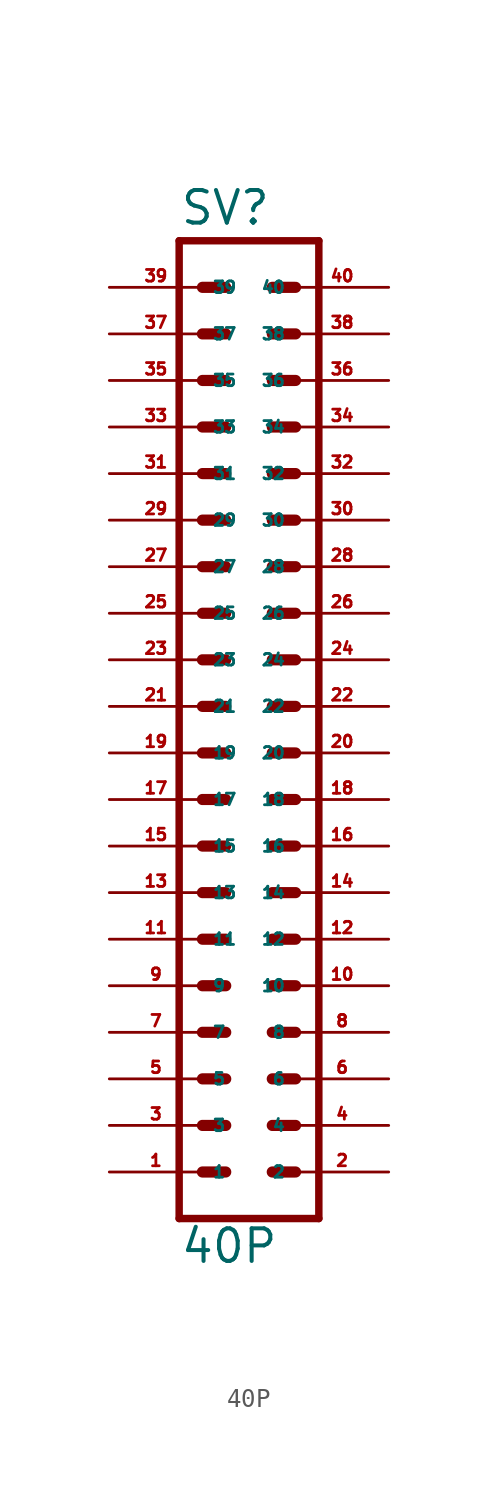
<source format=kicad_sym>
(kicad_symbol_lib
  (version 20220914)
  (generator Eagle2Kicad)
  (symbol "40P"
    (property "Reference" "SV"
      (at -3.81 28.702 0)
      (effects (font (size 1.778 1.778) (thickness 0.22)) (justify left bottom)))
    (property "Value" "40P"
      (at -3.81 -27.94 0)
      (effects (font (size 1.778 1.778) (thickness 0.22)) (justify left bottom)))
    (polyline
      (pts (xy 3.81 -25.4) (xy -3.81 -25.4))
      (stroke (width 0.406) (type default))
      (fill (type none)))
    (polyline
      (pts (xy -3.81 27.94) (xy -3.81 -25.4))
      (stroke (width 0.406) (type default))
      (fill (type none)))
    (polyline
      (pts (xy -3.81 27.94) (xy 3.81 27.94))
      (stroke (width 0.406) (type default))
      (fill (type none)))
    (polyline
      (pts (xy 3.81 -25.4) (xy 3.81 27.94))
      (stroke (width 0.406) (type default))
      (fill (type none)))
    (polyline
      (pts (xy -2.54 -22.86) (xy -1.27 -22.86))
      (stroke (width 0.61) (type default))
      (fill (type none)))
    (polyline
      (pts (xy -2.54 -20.32) (xy -1.27 -20.32))
      (stroke (width 0.61) (type default))
      (fill (type none)))
    (polyline
      (pts (xy -2.54 -17.78) (xy -1.27 -17.78))
      (stroke (width 0.61) (type default))
      (fill (type none)))
    (polyline
      (pts (xy -2.54 -15.24) (xy -1.27 -15.24))
      (stroke (width 0.61) (type default))
      (fill (type none)))
    (polyline
      (pts (xy -2.54 -12.7) (xy -1.27 -12.7))
      (stroke (width 0.61) (type default))
      (fill (type none)))
    (polyline
      (pts (xy -2.54 -10.16) (xy -1.27 -10.16))
      (stroke (width 0.61) (type default))
      (fill (type none)))
    (polyline
      (pts (xy -2.54 -7.62) (xy -1.27 -7.62))
      (stroke (width 0.61) (type default))
      (fill (type none)))
    (polyline
      (pts (xy -2.54 -5.08) (xy -1.27 -5.08))
      (stroke (width 0.61) (type default))
      (fill (type none)))
    (polyline
      (pts (xy -2.54 -2.54) (xy -1.27 -2.54))
      (stroke (width 0.61) (type default))
      (fill (type none)))
    (polyline
      (pts (xy -2.54 0) (xy -1.27 0))
      (stroke (width 0.61) (type default))
      (fill (type none)))
    (polyline
      (pts (xy -2.54 2.54) (xy -1.27 2.54))
      (stroke (width 0.61) (type default))
      (fill (type none)))
    (polyline
      (pts (xy -2.54 5.08) (xy -1.27 5.08))
      (stroke (width 0.61) (type default))
      (fill (type none)))
    (polyline
      (pts (xy -2.54 7.62) (xy -1.27 7.62))
      (stroke (width 0.61) (type default))
      (fill (type none)))
    (polyline
      (pts (xy -2.54 10.16) (xy -1.27 10.16))
      (stroke (width 0.61) (type default))
      (fill (type none)))
    (polyline
      (pts (xy -2.54 12.7) (xy -1.27 12.7))
      (stroke (width 0.61) (type default))
      (fill (type none)))
    (polyline
      (pts (xy -2.54 15.24) (xy -1.27 15.24))
      (stroke (width 0.61) (type default))
      (fill (type none)))
    (polyline
      (pts (xy 2.54 -22.86) (xy 1.27 -22.86))
      (stroke (width 0.61) (type default))
      (fill (type none)))
    (polyline
      (pts (xy 2.54 -20.32) (xy 1.27 -20.32))
      (stroke (width 0.61) (type default))
      (fill (type none)))
    (polyline
      (pts (xy 2.54 -17.78) (xy 1.27 -17.78))
      (stroke (width 0.61) (type default))
      (fill (type none)))
    (polyline
      (pts (xy 2.54 -15.24) (xy 1.27 -15.24))
      (stroke (width 0.61) (type default))
      (fill (type none)))
    (polyline
      (pts (xy 2.54 -12.7) (xy 1.27 -12.7))
      (stroke (width 0.61) (type default))
      (fill (type none)))
    (polyline
      (pts (xy 2.54 -10.16) (xy 1.27 -10.16))
      (stroke (width 0.61) (type default))
      (fill (type none)))
    (polyline
      (pts (xy 2.54 -7.62) (xy 1.27 -7.62))
      (stroke (width 0.61) (type default))
      (fill (type none)))
    (polyline
      (pts (xy 2.54 -5.08) (xy 1.27 -5.08))
      (stroke (width 0.61) (type default))
      (fill (type none)))
    (polyline
      (pts (xy 2.54 -2.54) (xy 1.27 -2.54))
      (stroke (width 0.61) (type default))
      (fill (type none)))
    (polyline
      (pts (xy 2.54 0) (xy 1.27 0))
      (stroke (width 0.61) (type default))
      (fill (type none)))
    (polyline
      (pts (xy 2.54 2.54) (xy 1.27 2.54))
      (stroke (width 0.61) (type default))
      (fill (type none)))
    (polyline
      (pts (xy 2.54 5.08) (xy 1.27 5.08))
      (stroke (width 0.61) (type default))
      (fill (type none)))
    (polyline
      (pts (xy 2.54 7.62) (xy 1.27 7.62))
      (stroke (width 0.61) (type default))
      (fill (type none)))
    (polyline
      (pts (xy 2.54 10.16) (xy 1.27 10.16))
      (stroke (width 0.61) (type default))
      (fill (type none)))
    (polyline
      (pts (xy 2.54 12.7) (xy 1.27 12.7))
      (stroke (width 0.61) (type default))
      (fill (type none)))
    (polyline
      (pts (xy 2.54 15.24) (xy 1.27 15.24))
      (stroke (width 0.61) (type default))
      (fill (type none)))
    (polyline
      (pts (xy 2.54 17.78) (xy 1.27 17.78))
      (stroke (width 0.61) (type default))
      (fill (type none)))
    (polyline
      (pts (xy 2.54 20.32) (xy 1.27 20.32))
      (stroke (width 0.61) (type default))
      (fill (type none)))
    (polyline
      (pts (xy 2.54 22.86) (xy 1.27 22.86))
      (stroke (width 0.61) (type default))
      (fill (type none)))
    (polyline
      (pts (xy 2.54 25.4) (xy 1.27 25.4))
      (stroke (width 0.61) (type default))
      (fill (type none)))
    (polyline
      (pts (xy -2.54 17.78) (xy -1.27 17.78))
      (stroke (width 0.61) (type default))
      (fill (type none)))
    (polyline
      (pts (xy -2.54 20.32) (xy -1.27 20.32))
      (stroke (width 0.61) (type default))
      (fill (type none)))
    (polyline
      (pts (xy -2.54 22.86) (xy -1.27 22.86))
      (stroke (width 0.61) (type default))
      (fill (type none)))
    (polyline
      (pts (xy -2.54 25.4) (xy -1.27 25.4))
      (stroke (width 0.61) (type default))
      (fill (type none)))
    (pin passive line
      (at -7.62 15.24 0)
      (length 5.08)
      (name "31" (effects (font (size 0.635 0.635) (thickness 0.08)) (justify left bottom)))
      (number "31" (effects (font (size 0.635 0.635) (thickness 0.08)) (justify left bottom))))
    (pin passive line
      (at -7.62 12.7 0)
      (length 5.08)
      (name "29" (effects (font (size 0.635 0.635) (thickness 0.08)) (justify left bottom)))
      (number "29" (effects (font (size 0.635 0.635) (thickness 0.08)) (justify left bottom))))
    (pin passive line
      (at -7.62 10.16 0)
      (length 5.08)
      (name "27" (effects (font (size 0.635 0.635) (thickness 0.08)) (justify left bottom)))
      (number "27" (effects (font (size 0.635 0.635) (thickness 0.08)) (justify left bottom))))
    (pin passive line
      (at -7.62 7.62 0)
      (length 5.08)
      (name "25" (effects (font (size 0.635 0.635) (thickness 0.08)) (justify left bottom)))
      (number "25" (effects (font (size 0.635 0.635) (thickness 0.08)) (justify left bottom))))
    (pin passive line
      (at -7.62 5.08 0)
      (length 5.08)
      (name "23" (effects (font (size 0.635 0.635) (thickness 0.08)) (justify left bottom)))
      (number "23" (effects (font (size 0.635 0.635) (thickness 0.08)) (justify left bottom))))
    (pin passive line
      (at -7.62 2.54 0)
      (length 5.08)
      (name "21" (effects (font (size 0.635 0.635) (thickness 0.08)) (justify left bottom)))
      (number "21" (effects (font (size 0.635 0.635) (thickness 0.08)) (justify left bottom))))
    (pin passive line
      (at -7.62 0 0)
      (length 5.08)
      (name "19" (effects (font (size 0.635 0.635) (thickness 0.08)) (justify left bottom)))
      (number "19" (effects (font (size 0.635 0.635) (thickness 0.08)) (justify left bottom))))
    (pin passive line
      (at -7.62 -2.54 0)
      (length 5.08)
      (name "17" (effects (font (size 0.635 0.635) (thickness 0.08)) (justify left bottom)))
      (number "17" (effects (font (size 0.635 0.635) (thickness 0.08)) (justify left bottom))))
    (pin passive line
      (at -7.62 -5.08 0)
      (length 5.08)
      (name "15" (effects (font (size 0.635 0.635) (thickness 0.08)) (justify left bottom)))
      (number "15" (effects (font (size 0.635 0.635) (thickness 0.08)) (justify left bottom))))
    (pin passive line
      (at -7.62 -7.62 0)
      (length 5.08)
      (name "13" (effects (font (size 0.635 0.635) (thickness 0.08)) (justify left bottom)))
      (number "13" (effects (font (size 0.635 0.635) (thickness 0.08)) (justify left bottom))))
    (pin passive line
      (at -7.62 -10.16 0)
      (length 5.08)
      (name "11" (effects (font (size 0.635 0.635) (thickness 0.08)) (justify left bottom)))
      (number "11" (effects (font (size 0.635 0.635) (thickness 0.08)) (justify left bottom))))
    (pin passive line
      (at -7.62 -12.7 0)
      (length 5.08)
      (name "9" (effects (font (size 0.635 0.635) (thickness 0.08)) (justify left bottom)))
      (number "9" (effects (font (size 0.635 0.635) (thickness 0.08)) (justify left bottom))))
    (pin passive line
      (at -7.62 -15.24 0)
      (length 5.08)
      (name "7" (effects (font (size 0.635 0.635) (thickness 0.08)) (justify left bottom)))
      (number "7" (effects (font (size 0.635 0.635) (thickness 0.08)) (justify left bottom))))
    (pin passive line
      (at -7.62 -17.78 0)
      (length 5.08)
      (name "5" (effects (font (size 0.635 0.635) (thickness 0.08)) (justify left bottom)))
      (number "5" (effects (font (size 0.635 0.635) (thickness 0.08)) (justify left bottom))))
    (pin passive line
      (at -7.62 -20.32 0)
      (length 5.08)
      (name "3" (effects (font (size 0.635 0.635) (thickness 0.08)) (justify left bottom)))
      (number "3" (effects (font (size 0.635 0.635) (thickness 0.08)) (justify left bottom))))
    (pin passive line
      (at -7.62 -22.86 0)
      (length 5.08)
      (name "1" (effects (font (size 0.635 0.635) (thickness 0.08)) (justify left bottom)))
      (number "1" (effects (font (size 0.635 0.635) (thickness 0.08)) (justify left bottom))))
    (pin passive line
      (at 7.62 15.24 180)
      (length 5.08)
      (name "32" (effects (font (size 0.635 0.635) (thickness 0.08)) (justify left bottom)))
      (number "32" (effects (font (size 0.635 0.635) (thickness 0.08)) (justify left bottom))))
    (pin passive line
      (at 7.62 12.7 180)
      (length 5.08)
      (name "30" (effects (font (size 0.635 0.635) (thickness 0.08)) (justify left bottom)))
      (number "30" (effects (font (size 0.635 0.635) (thickness 0.08)) (justify left bottom))))
    (pin passive line
      (at 7.62 10.16 180)
      (length 5.08)
      (name "28" (effects (font (size 0.635 0.635) (thickness 0.08)) (justify left bottom)))
      (number "28" (effects (font (size 0.635 0.635) (thickness 0.08)) (justify left bottom))))
    (pin passive line
      (at 7.62 7.62 180)
      (length 5.08)
      (name "26" (effects (font (size 0.635 0.635) (thickness 0.08)) (justify left bottom)))
      (number "26" (effects (font (size 0.635 0.635) (thickness 0.08)) (justify left bottom))))
    (pin passive line
      (at 7.62 5.08 180)
      (length 5.08)
      (name "24" (effects (font (size 0.635 0.635) (thickness 0.08)) (justify left bottom)))
      (number "24" (effects (font (size 0.635 0.635) (thickness 0.08)) (justify left bottom))))
    (pin passive line
      (at 7.62 2.54 180)
      (length 5.08)
      (name "22" (effects (font (size 0.635 0.635) (thickness 0.08)) (justify left bottom)))
      (number "22" (effects (font (size 0.635 0.635) (thickness 0.08)) (justify left bottom))))
    (pin passive line
      (at 7.62 0 180)
      (length 5.08)
      (name "20" (effects (font (size 0.635 0.635) (thickness 0.08)) (justify left bottom)))
      (number "20" (effects (font (size 0.635 0.635) (thickness 0.08)) (justify left bottom))))
    (pin passive line
      (at 7.62 -2.54 180)
      (length 5.08)
      (name "18" (effects (font (size 0.635 0.635) (thickness 0.08)) (justify left bottom)))
      (number "18" (effects (font (size 0.635 0.635) (thickness 0.08)) (justify left bottom))))
    (pin passive line
      (at 7.62 -5.08 180)
      (length 5.08)
      (name "16" (effects (font (size 0.635 0.635) (thickness 0.08)) (justify left bottom)))
      (number "16" (effects (font (size 0.635 0.635) (thickness 0.08)) (justify left bottom))))
    (pin passive line
      (at 7.62 -7.62 180)
      (length 5.08)
      (name "14" (effects (font (size 0.635 0.635) (thickness 0.08)) (justify left bottom)))
      (number "14" (effects (font (size 0.635 0.635) (thickness 0.08)) (justify left bottom))))
    (pin passive line
      (at 7.62 -10.16 180)
      (length 5.08)
      (name "12" (effects (font (size 0.635 0.635) (thickness 0.08)) (justify left bottom)))
      (number "12" (effects (font (size 0.635 0.635) (thickness 0.08)) (justify left bottom))))
    (pin passive line
      (at 7.62 -12.7 180)
      (length 5.08)
      (name "10" (effects (font (size 0.635 0.635) (thickness 0.08)) (justify left bottom)))
      (number "10" (effects (font (size 0.635 0.635) (thickness 0.08)) (justify left bottom))))
    (pin passive line
      (at 7.62 -15.24 180)
      (length 5.08)
      (name "8" (effects (font (size 0.635 0.635) (thickness 0.08)) (justify left bottom)))
      (number "8" (effects (font (size 0.635 0.635) (thickness 0.08)) (justify left bottom))))
    (pin passive line
      (at 7.62 -17.78 180)
      (length 5.08)
      (name "6" (effects (font (size 0.635 0.635) (thickness 0.08)) (justify left bottom)))
      (number "6" (effects (font (size 0.635 0.635) (thickness 0.08)) (justify left bottom))))
    (pin passive line
      (at 7.62 -20.32 180)
      (length 5.08)
      (name "4" (effects (font (size 0.635 0.635) (thickness 0.08)) (justify left bottom)))
      (number "4" (effects (font (size 0.635 0.635) (thickness 0.08)) (justify left bottom))))
    (pin passive line
      (at 7.62 -22.86 180)
      (length 5.08)
      (name "2" (effects (font (size 0.635 0.635) (thickness 0.08)) (justify left bottom)))
      (number "2" (effects (font (size 0.635 0.635) (thickness 0.08)) (justify left bottom))))
    (pin passive line
      (at -7.62 17.78 0)
      (length 5.08)
      (name "33" (effects (font (size 0.635 0.635) (thickness 0.08)) (justify left bottom)))
      (number "33" (effects (font (size 0.635 0.635) (thickness 0.08)) (justify left bottom))))
    (pin passive line
      (at -7.62 20.32 0)
      (length 5.08)
      (name "35" (effects (font (size 0.635 0.635) (thickness 0.08)) (justify left bottom)))
      (number "35" (effects (font (size 0.635 0.635) (thickness 0.08)) (justify left bottom))))
    (pin passive line
      (at -7.62 22.86 0)
      (length 5.08)
      (name "37" (effects (font (size 0.635 0.635) (thickness 0.08)) (justify left bottom)))
      (number "37" (effects (font (size 0.635 0.635) (thickness 0.08)) (justify left bottom))))
    (pin passive line
      (at -7.62 25.4 0)
      (length 5.08)
      (name "39" (effects (font (size 0.635 0.635) (thickness 0.08)) (justify left bottom)))
      (number "39" (effects (font (size 0.635 0.635) (thickness 0.08)) (justify left bottom))))
    (pin passive line
      (at 7.62 17.78 180)
      (length 5.08)
      (name "34" (effects (font (size 0.635 0.635) (thickness 0.08)) (justify left bottom)))
      (number "34" (effects (font (size 0.635 0.635) (thickness 0.08)) (justify left bottom))))
    (pin passive line
      (at 7.62 20.32 180)
      (length 5.08)
      (name "36" (effects (font (size 0.635 0.635) (thickness 0.08)) (justify left bottom)))
      (number "36" (effects (font (size 0.635 0.635) (thickness 0.08)) (justify left bottom))))
    (pin passive line
      (at 7.62 22.86 180)
      (length 5.08)
      (name "38" (effects (font (size 0.635 0.635) (thickness 0.08)) (justify left bottom)))
      (number "38" (effects (font (size 0.635 0.635) (thickness 0.08)) (justify left bottom))))
    (pin passive line
      (at 7.62 25.4 180)
      (length 5.08)
      (name "40" (effects (font (size 0.635 0.635) (thickness 0.08)) (justify left bottom)))
      (number "40" (effects (font (size 0.635 0.635) (thickness 0.08)) (justify left bottom))))))
</source>
